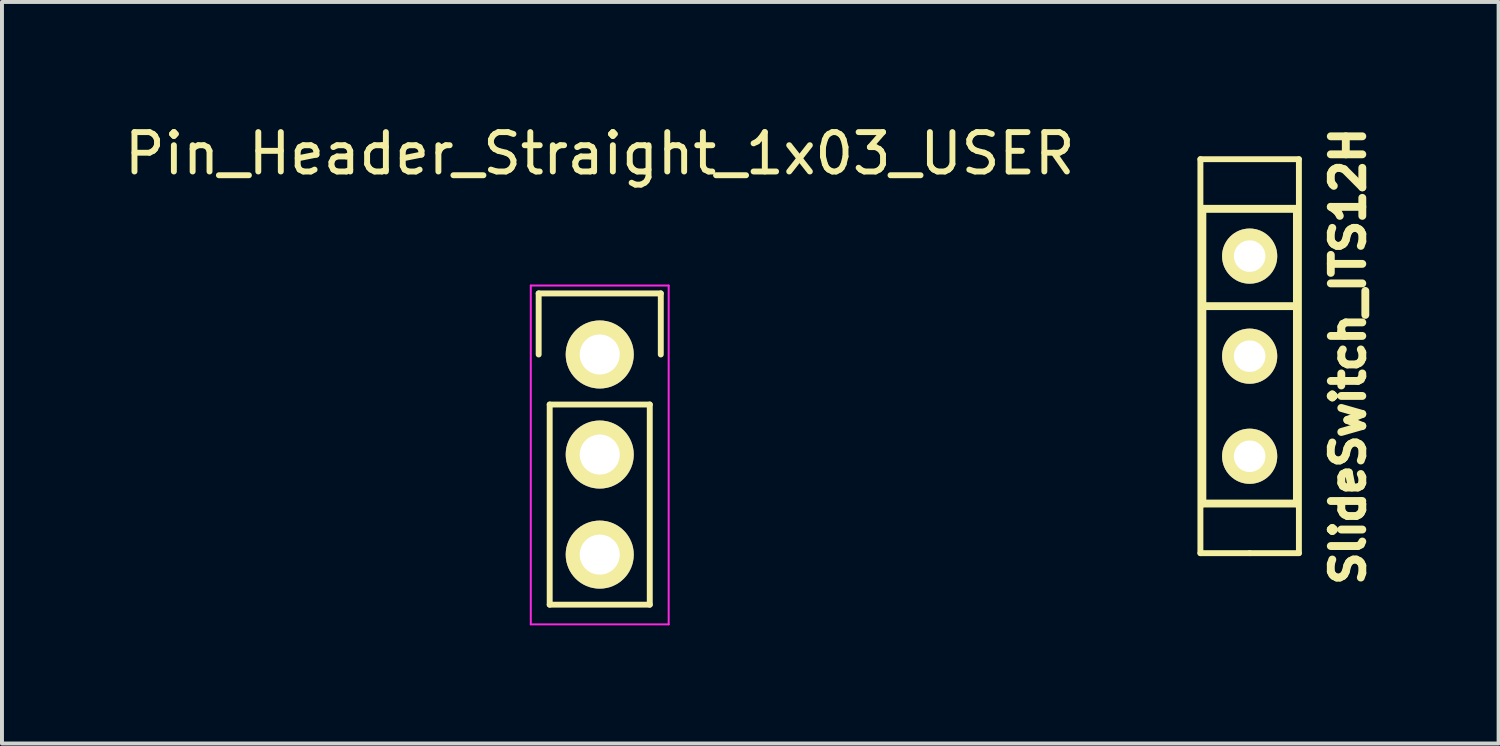
<source format=kicad_pcb>
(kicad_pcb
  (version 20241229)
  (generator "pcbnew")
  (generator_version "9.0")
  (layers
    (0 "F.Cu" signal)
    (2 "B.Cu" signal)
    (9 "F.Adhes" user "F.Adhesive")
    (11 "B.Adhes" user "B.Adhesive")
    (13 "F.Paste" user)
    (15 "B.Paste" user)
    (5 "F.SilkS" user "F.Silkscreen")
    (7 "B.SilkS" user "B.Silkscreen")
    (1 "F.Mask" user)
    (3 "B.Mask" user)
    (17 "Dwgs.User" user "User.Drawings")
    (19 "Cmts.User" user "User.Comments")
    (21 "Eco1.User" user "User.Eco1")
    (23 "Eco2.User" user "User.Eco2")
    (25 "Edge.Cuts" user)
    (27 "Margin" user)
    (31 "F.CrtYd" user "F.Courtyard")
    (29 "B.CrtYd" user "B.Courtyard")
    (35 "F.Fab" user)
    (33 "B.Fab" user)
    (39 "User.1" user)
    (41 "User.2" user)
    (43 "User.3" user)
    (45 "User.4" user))
  (footprint "SlideSwitch_ITS12H"
    (layer "F.Cu")
    (at 28.67 5.991)
    (property "Reference" "SlideSwitch_ITS12H" (at 2.5 0 90) (layer "F.SilkS") (effects (font (size 0.8 0.8) (thickness 0.2))))
    (attr through_hole)
    (fp_line (start -1.25 -5) (end -1.25 5) (stroke (width 0.15) (type solid)) (layer "F.SilkS"))
    (fp_line (start -1.25 5) (end 0 5) (stroke (width 0.15) (type solid)) (layer "F.SilkS"))
    (fp_line (start -1.2 -3.74) (end 1.2 -3.74) (stroke (width 0.2) (type solid)) (layer "F.SilkS"))
    (fp_line (start -1.2 -1.27) (end 1.2 -1.27) (stroke (width 0.2) (type solid)) (layer "F.SilkS"))
    (fp_line (start -1.2 3.74) (end -1.2 -3.74) (stroke (width 0.2) (type solid)) (layer "F.SilkS"))
    (fp_line (start 0 5) (end 1.25 5) (stroke (width 0.15) (type solid)) (layer "F.SilkS"))
    (fp_line (start 1.2 -3.74) (end 1.2 3.74) (stroke (width 0.2) (type solid)) (layer "F.SilkS"))
    (fp_line (start 1.2 3.74) (end -1.2 3.74) (stroke (width 0.2) (type solid)) (layer "F.SilkS"))
    (fp_line (start 1.25 -5) (end -1.25 -5) (stroke (width 0.15) (type solid)) (layer "F.SilkS"))
    (fp_line (start 1.25 5) (end 1.25 -5) (stroke (width 0.15) (type solid)) (layer "F.SilkS"))
    (pad "1" thru_hole oval (at 0 0) (size 1.4 1.4) (drill 0.8) (layers "*.Cu" "*.Mask" "F.SilkS"))
    (pad "2" thru_hole oval (at 0 2.54) (size 1.4 1.4) (drill 0.8) (layers "*.Cu" "*.Mask" "F.SilkS"))
    (pad "3" thru_hole oval (at 0 -2.54) (size 1.4 1.4) (drill 0.8) (layers "*.Cu" "*.Mask" "F.SilkS")))
  (footprint "Pin_Header_Straight_1x03_USER"
    (layer "F.Cu")
    (at 12.173 5.948)
    (property "Reference" "Pin_Header_Straight_1x03_USER" (at 0 -5.1 0) (layer "F.SilkS") (effects (font (size 1 1) (thickness 0.15))))
    (attr through_hole)
    (fp_line (start -1.55 -1.55) (end 1.55 -1.55) (stroke (width 0.15) (type solid)) (layer "F.SilkS"))
    (fp_line (start -1.55 0) (end -1.55 -1.55) (stroke (width 0.15) (type solid)) (layer "F.SilkS"))
    (fp_line (start -1.27 1.27) (end -1.27 6.35) (stroke (width 0.15) (type solid)) (layer "F.SilkS"))
    (fp_line (start -1.27 6.35) (end 1.27 6.35) (stroke (width 0.15) (type solid)) (layer "F.SilkS"))
    (fp_line (start 1.27 1.27) (end -1.27 1.27) (stroke (width 0.15) (type solid)) (layer "F.SilkS"))
    (fp_line (start 1.27 6.35) (end 1.27 1.27) (stroke (width 0.15) (type solid)) (layer "F.SilkS"))
    (fp_line (start 1.55 -1.55) (end 1.55 0) (stroke (width 0.15) (type solid)) (layer "F.SilkS"))
    (fp_line (start -1.75 -1.75) (end -1.75 6.85) (stroke (width 0.05) (type solid)) (layer "F.CrtYd"))
    (fp_line (start -1.75 -1.75) (end 1.75 -1.75) (stroke (width 0.05) (type solid)) (layer "F.CrtYd"))
    (fp_line (start -1.75 6.85) (end 1.75 6.85) (stroke (width 0.05) (type solid)) (layer "F.CrtYd"))
    (fp_line (start 1.75 -1.75) (end 1.75 6.85) (stroke (width 0.05) (type solid)) (layer "F.CrtYd"))
    (pad "1" thru_hole circle (at 0 0) (size 1.727 1.727) (drill 1.016) (layers "*.Cu" "*.Mask" "F.SilkS"))
    (pad "2" thru_hole circle (at 0 2.54) (size 1.727 1.727) (drill 1.016) (layers "*.Cu" "*.Mask" "F.SilkS"))
    (pad "3" thru_hole circle (at 0 5.08) (size 1.727 1.727) (drill 1.016) (layers "*.Cu" "*.Mask" "F.SilkS")))
  (gr_rect
    (start -3 -3)
    (end 34.989 15.823)
    (stroke (width 0.1) (type default))
    (fill no)
    (layer "Edge.Cuts")))
</source>
